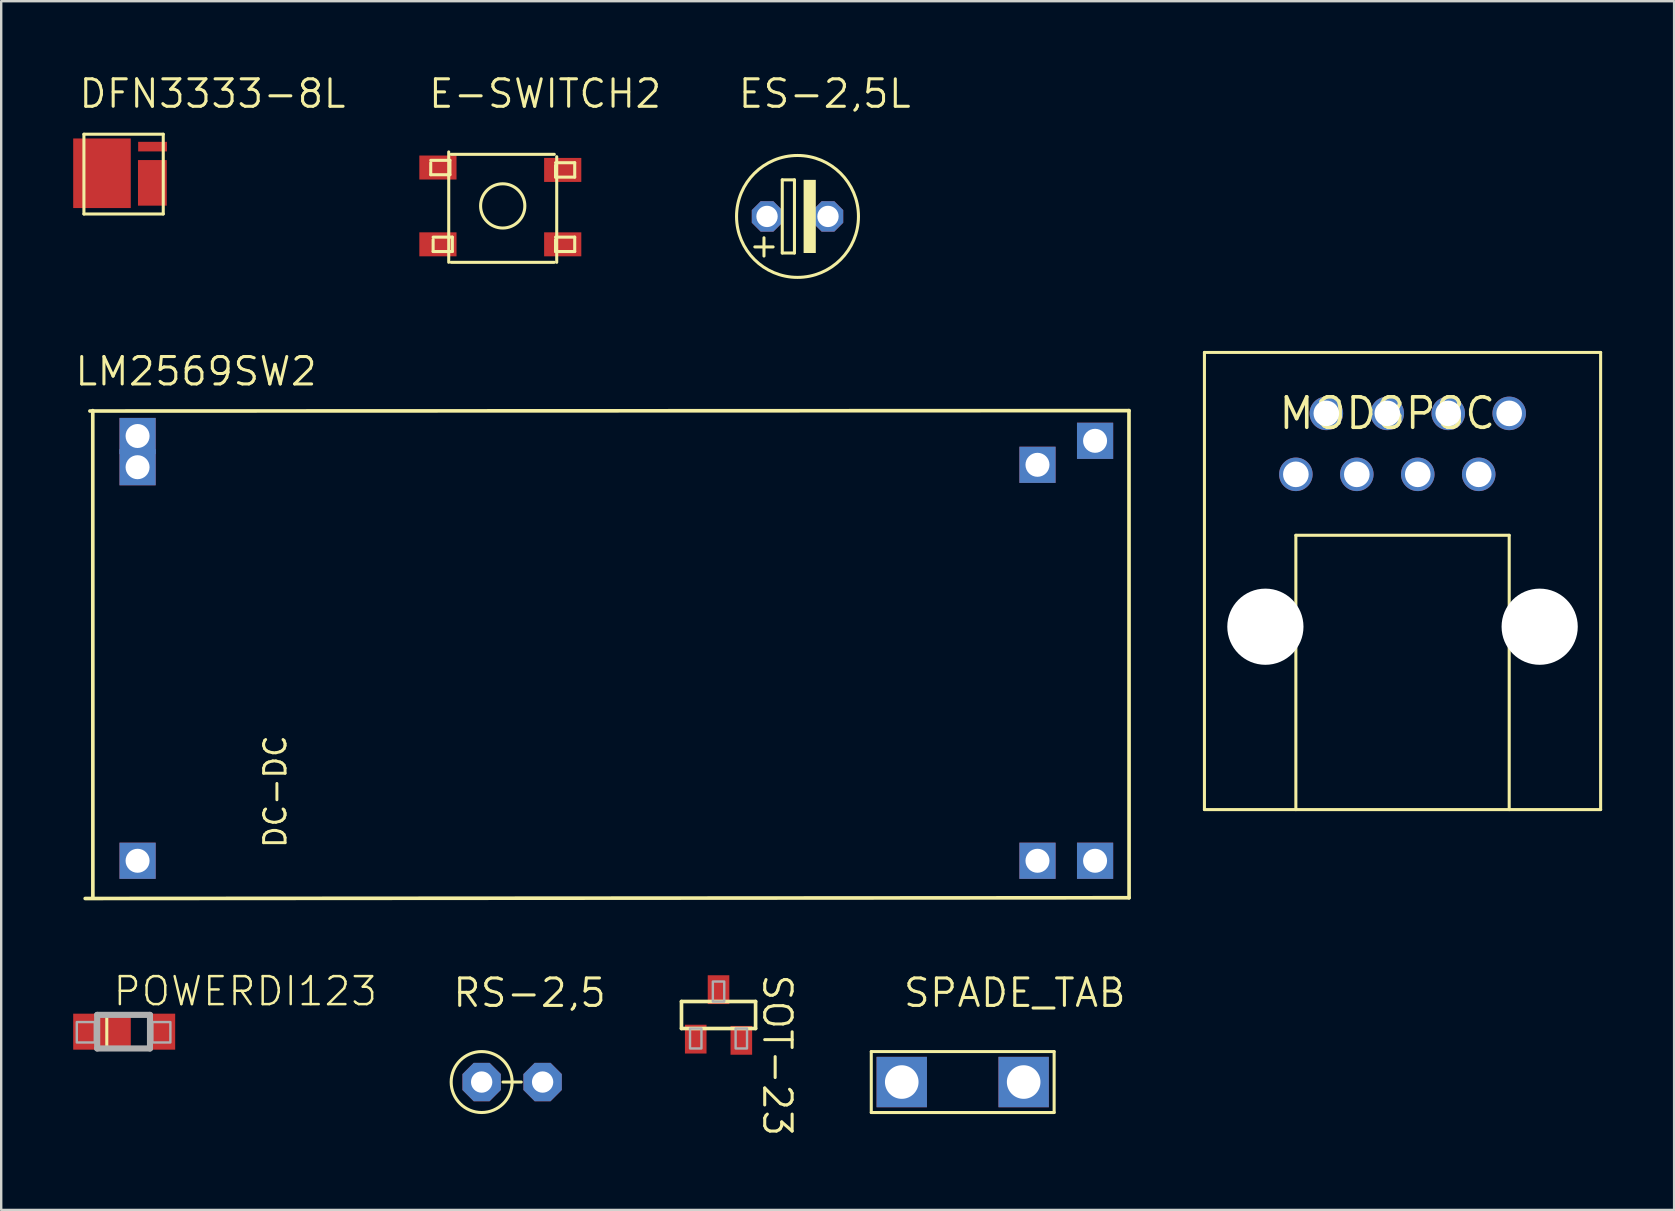
<source format=kicad_pcb>
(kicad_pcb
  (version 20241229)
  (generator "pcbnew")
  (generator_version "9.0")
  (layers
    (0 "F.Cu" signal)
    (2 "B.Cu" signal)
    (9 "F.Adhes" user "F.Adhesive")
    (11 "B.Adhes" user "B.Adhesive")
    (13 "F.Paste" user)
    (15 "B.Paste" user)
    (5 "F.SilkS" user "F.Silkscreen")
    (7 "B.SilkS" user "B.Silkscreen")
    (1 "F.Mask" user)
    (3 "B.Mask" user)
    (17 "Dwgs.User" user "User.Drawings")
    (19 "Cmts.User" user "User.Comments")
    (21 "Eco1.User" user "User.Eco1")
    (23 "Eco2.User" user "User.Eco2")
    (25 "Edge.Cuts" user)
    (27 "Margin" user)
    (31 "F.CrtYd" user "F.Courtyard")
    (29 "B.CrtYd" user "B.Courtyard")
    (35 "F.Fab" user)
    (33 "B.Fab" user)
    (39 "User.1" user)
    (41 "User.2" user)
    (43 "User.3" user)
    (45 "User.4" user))
  (footprint "DFN3333-8L"
    (layer "F.Cu")
    (at 2.1 4.22)
    (property "Reference" "DFN3333-8L" (at -1.932 -2.696 0) (unlocked yes) (layer "F.SilkS") (effects (font (size 1.143 1.143) (thickness 0.127)) (justify left bottom)))
    (fp_line (start -1.653 -1.677) (end -1.653 1.647) (stroke (width 0.127) (type solid)) (layer "F.SilkS"))
    (fp_line (start -1.653 1.647) (end 1.653 1.647) (stroke (width 0.127) (type solid)) (layer "F.SilkS"))
    (fp_line (start 1.653 -1.677) (end -1.653 -1.677) (stroke (width 0.127) (type solid)) (layer "F.SilkS"))
    (fp_line (start 1.653 1.647) (end 1.653 -1.677) (stroke (width 0.127) (type solid)) (layer "F.SilkS"))
    (pad "D" smd rect (at -0.9 -0.05) (size 2.4 2.9) (layers "F.Cu" "F.Mask" "F.Paste"))
    (pad "G" smd rect (at 1.207 -1.16) (size 1.2 0.4) (layers "F.Cu" "F.Mask" "F.Paste"))
    (pad "S" smd rect (at 1.2 0.35) (size 1.2 1.9) (layers "F.Cu" "F.Mask" "F.Paste")))
  (footprint "MOD8P8C"
    (layer "F.Cu")
    (at 54.76 14.176)
    (property "Reference" "MOD8P8C" (at 0 0 0) (layer "F.SilkS") (effects (font (size 1.27 1.27) (thickness 0.15))))
    (fp_line (start -7.62 -2.54) (end 8.89 -2.54) (stroke (width 0.127) (type solid)) (layer "F.SilkS"))
    (fp_line (start -7.62 16.51) (end -7.62 -2.54) (stroke (width 0.127) (type solid)) (layer "F.SilkS"))
    (fp_line (start -7.62 16.51) (end -3.81 16.51) (stroke (width 0.127) (type solid)) (layer "F.SilkS"))
    (fp_line (start -3.81 5.08) (end 5.08 5.08) (stroke (width 0.127) (type solid)) (layer "F.SilkS"))
    (fp_line (start -3.81 16.51) (end -3.81 5.08) (stroke (width 0.127) (type solid)) (layer "F.SilkS"))
    (fp_line (start -3.81 16.51) (end 5.08 16.51) (stroke (width 0.127) (type solid)) (layer "F.SilkS"))
    (fp_line (start 5.08 5.08) (end 5.08 16.51) (stroke (width 0.127) (type solid)) (layer "F.SilkS"))
    (fp_line (start 5.08 16.51) (end 8.89 16.51) (stroke (width 0.127) (type solid)) (layer "F.SilkS"))
    (fp_line (start 8.89 -2.54) (end 8.89 16.51) (stroke (width 0.127) (type solid)) (layer "F.SilkS"))
    (pad "" np_thru_hole circle (at -5.08 8.89) (size 3.175 3.175) (drill 3.175) (layers "*.Cu" "*.Mask"))
    (pad "" np_thru_hole circle (at 6.35 8.89) (size 3.175 3.175) (drill 3.175) (layers "*.Cu" "*.Mask"))
    (pad "1" thru_hole circle (at -3.81 2.54) (size 1.397 1.397) (drill 1.067) (layers "*.Cu" "*.Mask"))
    (pad "2" thru_hole circle (at -2.54 0) (size 1.397 1.397) (drill 1.067) (layers "*.Cu" "*.Mask"))
    (pad "3" thru_hole circle (at -1.27 2.54) (size 1.397 1.397) (drill 1.067) (layers "*.Cu" "*.Mask"))
    (pad "4" thru_hole circle (at 0 0) (size 1.397 1.397) (drill 1.067) (layers "*.Cu" "*.Mask"))
    (pad "5" thru_hole circle (at 1.27 2.54) (size 1.397 1.397) (drill 1.067) (layers "*.Cu" "*.Mask"))
    (pad "6" thru_hole circle (at 2.54 0) (size 1.397 1.397) (drill 1.067) (layers "*.Cu" "*.Mask"))
    (pad "7" thru_hole circle (at 3.81 2.54) (size 1.397 1.397) (drill 1.067) (layers "*.Cu" "*.Mask"))
    (pad "8" thru_hole circle (at 5.08 0) (size 1.397 1.397) (drill 1.067) (layers "*.Cu" "*.Mask")))
  (footprint "LM2569SW2"
    (layer "F.Cu")
    (at 2.683 32.819)
    (property "Reference" "LM2569SW2" (at -2.683 -19.723 0) (unlocked yes) (layer "F.SilkS") (effects (font (size 1.143 1.143) (thickness 0.127)) (justify left bottom)))
    (fp_line (start -1.987 -18.742) (end 41.313 -18.758) (stroke (width 0.152) (type solid)) (layer "F.SilkS"))
    (fp_line (start -1.867 -18.758) (end -1.863 1.542) (stroke (width 0.152) (type solid)) (layer "F.SilkS"))
    (fp_line (start 41.313 -18.758) (end 41.317 1.542) (stroke (width 0.152) (type solid)) (layer "F.SilkS"))
    (fp_line (start 41.317 1.542) (end -2.183 1.572) (stroke (width 0.152) (type solid)) (layer "F.SilkS"))
    (fp_text user "DC-DC" (at 6.262 -0.46 90) (unlocked yes) (layer "F.SilkS") (effects (font (size 0.894 0.894) (thickness 0.122)) (justify left bottom)))
    (pad "1" thru_hole rect (at 0 -16.4) (size 1.508 1.508) (drill 1) (layers "*.Cu" "*.Mask"))
    (pad "2" thru_hole rect (at 0 0) (size 1.508 1.508) (drill 1) (layers "*.Cu" "*.Mask"))
    (pad "3" thru_hole rect (at 37.5 0) (size 1.508 1.508) (drill 1) (layers "*.Cu" "*.Mask"))
    (pad "4" thru_hole rect (at 37.5 -16.5) (size 1.508 1.508) (drill 1) (layers "*.Cu" "*.Mask"))
    (pad "11" thru_hole rect (at 0 -17.7) (size 1.508 1.508) (drill 1) (layers "*.Cu" "*.Mask"))
    (pad "33" thru_hole rect (at 39.9 0) (size 1.508 1.508) (drill 1) (layers "*.Cu" "*.Mask"))
    (pad "44" thru_hole rect (at 39.9 -17.5) (size 1.508 1.508) (drill 1) (layers "*.Cu" "*.Mask")))
  (footprint "ES-2,5L"
    (layer "F.Cu")
    (at 28.913 5.969)
    (property "Reference" "ES-2,5L" (at -1.27 -4.445 0) (unlocked yes) (layer "F.SilkS") (effects (font (size 1.143 1.143) (thickness 0.127)) (justify left bottom)))
    (fp_line (start -0.508 1.27) (end 0.254 1.27) (stroke (width 0.127) (type solid)) (layer "F.SilkS"))
    (fp_line (start -0.127 0.889) (end -0.127 1.651) (stroke (width 0.127) (type solid)) (layer "F.SilkS"))
    (fp_line (start 0.635 -1.524) (end 0.635 1.524) (stroke (width 0.127) (type solid)) (layer "F.SilkS"))
    (fp_line (start 0.635 1.524) (end 1.143 1.524) (stroke (width 0.127) (type solid)) (layer "F.SilkS"))
    (fp_line (start 1.143 -1.524) (end 0.635 -1.524) (stroke (width 0.127) (type solid)) (layer "F.SilkS"))
    (fp_line (start 1.143 1.524) (end 1.143 -1.524) (stroke (width 0.127) (type solid)) (layer "F.SilkS"))
    (fp_circle (center 1.27 0) (end 3.81 0) (stroke (width 0.127) (type solid)) (fill no) (layer "F.SilkS"))
    (fp_poly (pts (xy 1.524 1.524) (xy 2.032 1.524) (xy 2.032 -1.524) (xy 1.524 -1.524)) (stroke (width 0) (type default)) (fill yes) (layer "F.SilkS"))
    (pad "1" thru_hole roundrect (at 0 0) (size 1.27 1.27) (drill 0.889) (layers "*.Cu" "*.Mask") (roundrect_rratio 0.25) (chamfer_ratio 0.293) (chamfer top_left top_right bottom_left bottom_right))
    (pad "2" thru_hole roundrect (at 2.54 0) (size 1.27 1.27) (drill 0.889) (layers "*.Cu" "*.Mask") (roundrect_rratio 0.25) (chamfer_ratio 0.293) (chamfer top_left top_right bottom_left bottom_right)))
  (footprint "POWERDI123"
    (layer "F.Cu")
    (at 2.7 39.941)
    (property "Reference" "POWERDI123" (at -1.1 -1 0) (unlocked yes) (layer "F.SilkS") (effects (font (size 1.168 1.168) (thickness 0.102)) (justify left bottom)))
    (fp_line (start -1.3 -0.7) (end -1.3 0.7) (stroke (width 0.127) (type solid)) (layer "F.SilkS"))
    (fp_line (start -1.7 -0.7) (end 0.5 -0.7) (stroke (width 0.254) (type solid)) (layer "F.Fab"))
    (fp_line (start -1.7 0.7) (end -1.7 -0.7) (stroke (width 0.254) (type solid)) (layer "F.Fab"))
    (fp_line (start 0.5 -0.7) (end 0.5 0.7) (stroke (width 0.254) (type solid)) (layer "F.Fab"))
    (fp_line (start 0.5 0.7) (end -1.7 0.7) (stroke (width 0.254) (type solid)) (layer "F.Fab"))
    (fp_poly (pts (xy -2.55 0.45) (xy -1.8 0.45) (xy -1.8 -0.4) (xy -2.55 -0.4)) (stroke (width 0.1) (type default)) (fill no) (layer "F.Fab"))
    (fp_poly (pts (xy 0.6 0.45) (xy 1.35 0.45) (xy 1.35 -0.4) (xy 0.6 -0.4)) (stroke (width 0.1) (type default)) (fill no) (layer "F.Fab"))
    (pad "A" smd rect (at 1 0) (size 1.1 1.5) (layers "F.Cu" "F.Mask" "F.Paste"))
    (pad "C" smd rect (at -1.5 0) (size 2.4 1.5) (layers "F.Cu" "F.Mask" "F.Paste")))
  (footprint "SOT-23"
    (layer "F.Cu")
    (at 26.942 39.246)
    (property "Reference" "SOT-23" (at 1.728 -1.778 270) (unlocked yes) (layer "F.SilkS") (effects (font (size 1.143 1.143) (thickness 0.127)) (justify left bottom)))
    (fp_line (start -1.594 -0.562) (end 1.494 -0.562) (stroke (width 0.152) (type solid)) (layer "F.SilkS"))
    (fp_line (start -1.594 0.563) (end -1.594 -0.562) (stroke (width 0.152) (type solid)) (layer "F.SilkS"))
    (fp_line (start 1.494 -0.562) (end 1.494 0.563) (stroke (width 0.152) (type solid)) (layer "F.SilkS"))
    (fp_line (start 1.494 0.563) (end -1.594 0.563) (stroke (width 0.152) (type solid)) (layer "F.SilkS"))
    (fp_poly (pts (xy -0.762 0.563) (xy -1.238 0.563) (xy -1.238 1.394) (xy -0.762 1.394)) (stroke (width 0.1) (type default)) (fill no) (layer "F.Fab"))
    (fp_poly (pts (xy 0.188 -1.394) (xy -0.287 -1.394) (xy -0.287 -0.562) (xy 0.188 -0.562)) (stroke (width 0.1) (type default)) (fill no) (layer "F.Fab"))
    (fp_poly (pts (xy 1.137 0.563) (xy 0.662 0.563) (xy 0.662 1.394) (xy 1.137 1.394)) (stroke (width 0.1) (type default)) (fill no) (layer "F.Fab"))
    (pad "1" smd rect (at -1 1.006 180) (size 0.9 1.2) (layers "F.Cu" "F.Mask" "F.Paste"))
    (pad "2" smd rect (at 0.9 1.056 180) (size 0.9 1.2) (layers "F.Cu" "F.Mask" "F.Paste"))
    (pad "3" smd rect (at -0.05 -1.056 180) (size 0.9 1.2) (layers "F.Cu" "F.Mask" "F.Paste")))
  (footprint "RS-2,5"
    (layer "F.Cu")
    (at 17.021 42.04)
    (property "Reference" "RS-2,5" (at -1.27 -3.048 0) (unlocked yes) (layer "F.SilkS") (effects (font (size 1.143 1.143) (thickness 0.127)) (justify left bottom)))
    (fp_line (start 0.889 0) (end 1.651 0) (stroke (width 0.127) (type solid)) (layer "F.SilkS"))
    (fp_circle (center 0 0) (end 1.27 0) (stroke (width 0.127) (type solid)) (fill no) (layer "F.SilkS"))
    (pad "1" thru_hole roundrect (at 0 0) (size 1.6 1.6) (drill 0.889) (layers "*.Cu" "*.Mask") (roundrect_rratio 0.25) (chamfer_ratio 0.293) (chamfer top_left top_right bottom_left bottom_right))
    (pad "2" thru_hole roundrect (at 2.54 0) (size 1.6 1.6) (drill 0.889) (layers "*.Cu" "*.Mask") (roundrect_rratio 0.25) (chamfer_ratio 0.293) (chamfer top_left top_right bottom_left bottom_right)))
  (footprint "SPADE_TAB"
    (layer "F.Cu")
    (at 37.067 42.04)
    (property "Reference" "SPADE_TAB" (at -2.54 -3.048 0) (unlocked yes) (layer "F.SilkS") (effects (font (size 1.143 1.143) (thickness 0.127)) (justify left bottom)))
    (fp_line (start -3.81 -1.27) (end -3.81 1.27) (stroke (width 0.127) (type solid)) (layer "F.SilkS"))
    (fp_line (start -3.81 1.27) (end 3.81 1.27) (stroke (width 0.127) (type solid)) (layer "F.SilkS"))
    (fp_line (start 3.81 -1.27) (end -3.81 -1.27) (stroke (width 0.127) (type solid)) (layer "F.SilkS"))
    (fp_line (start 3.81 1.27) (end 3.81 -1.27) (stroke (width 0.127) (type solid)) (layer "F.SilkS"))
    (pad "G1" thru_hole rect (at -2.54 0) (size 2.1 2.1) (drill 1.4) (layers "*.Cu" "*.Mask"))
    (pad "G2" thru_hole rect (at 2.54 0) (size 2.1 2.1) (drill 1.4) (layers "*.Cu" "*.Mask")))
  (footprint "E-SWITCH2"
    (layer "F.Cu")
    (at 17.899 5.531)
    (property "Reference" "E-SWITCH2" (at -3.16 -4.007 0) (unlocked yes) (layer "F.SilkS") (effects (font (size 1.143 1.143) (thickness 0.127)) (justify left bottom)))
    (fp_line (start -3 -1.9) (end -2.2 -1.9) (stroke (width 0.127) (type solid)) (layer "F.SilkS"))
    (fp_line (start -3 -1.3) (end -3 -1.8) (stroke (width 0.127) (type solid)) (layer "F.SilkS"))
    (fp_line (start -2.9 1.3) (end -2.1 1.3) (stroke (width 0.127) (type solid)) (layer "F.SilkS"))
    (fp_line (start -2.9 1.9) (end -2.9 1.4) (stroke (width 0.127) (type solid)) (layer "F.SilkS"))
    (fp_line (start -2.25 2.35) (end -2.25 -2.25) (stroke (width 0.127) (type solid)) (layer "F.SilkS"))
    (fp_line (start -2.2 -1.9) (end -2.2 -1.3) (stroke (width 0.127) (type solid)) (layer "F.SilkS"))
    (fp_line (start -2.2 -1.3) (end -3 -1.3) (stroke (width 0.127) (type solid)) (layer "F.SilkS"))
    (fp_line (start -2.15 -2.15) (end 2.15 -2.15) (stroke (width 0.127) (type solid)) (layer "F.SilkS"))
    (fp_line (start -2.1 1.3) (end -2.1 1.9) (stroke (width 0.127) (type solid)) (layer "F.SilkS"))
    (fp_line (start -2.1 1.9) (end -2.9 1.9) (stroke (width 0.127) (type solid)) (layer "F.SilkS"))
    (fp_line (start 2.15 2.35) (end -2.15 2.35) (stroke (width 0.127) (type solid)) (layer "F.SilkS"))
    (fp_line (start 2.2 -1.8) (end 3 -1.8) (stroke (width 0.127) (type solid)) (layer "F.SilkS"))
    (fp_line (start 2.2 -1.2) (end 2.2 -1.7) (stroke (width 0.127) (type solid)) (layer "F.SilkS"))
    (fp_line (start 2.2 1.3) (end 3 1.3) (stroke (width 0.127) (type solid)) (layer "F.SilkS"))
    (fp_line (start 2.2 1.9) (end 2.2 1.4) (stroke (width 0.127) (type solid)) (layer "F.SilkS"))
    (fp_line (start 2.25 2.35) (end 2.25 -2.05) (stroke (width 0.127) (type solid)) (layer "F.SilkS"))
    (fp_line (start 3 -1.8) (end 3 -1.2) (stroke (width 0.127) (type solid)) (layer "F.SilkS"))
    (fp_line (start 3 -1.2) (end 2.2 -1.2) (stroke (width 0.127) (type solid)) (layer "F.SilkS"))
    (fp_line (start 3 1.3) (end 3 1.9) (stroke (width 0.127) (type solid)) (layer "F.SilkS"))
    (fp_line (start 3 1.9) (end 2.2 1.9) (stroke (width 0.127) (type solid)) (layer "F.SilkS"))
    (fp_circle (center 0 0) (end 0.922 0) (stroke (width 0.127) (type solid)) (fill no) (layer "F.SilkS"))
    (pad "1" smd rect (at -2.7 -1.6) (size 1.55 1) (layers "F.Cu" "F.Mask" "F.Paste"))
    (pad "2" smd rect (at 2.5 -1.5) (size 1.55 1) (layers "F.Cu" "F.Mask" "F.Paste"))
    (pad "3" smd rect (at 2.5 1.6) (size 1.55 1) (layers "F.Cu" "F.Mask" "F.Paste"))
    (pad "4" smd rect (at -2.7 1.6) (size 1.55 1) (layers "F.Cu" "F.Mask" "F.Paste")))
  (gr_rect
    (start -3 -3)
    (end 66.713 47.369)
    (stroke (width 0.1) (type default))
    (fill no)
    (layer "Edge.Cuts")))
</source>
